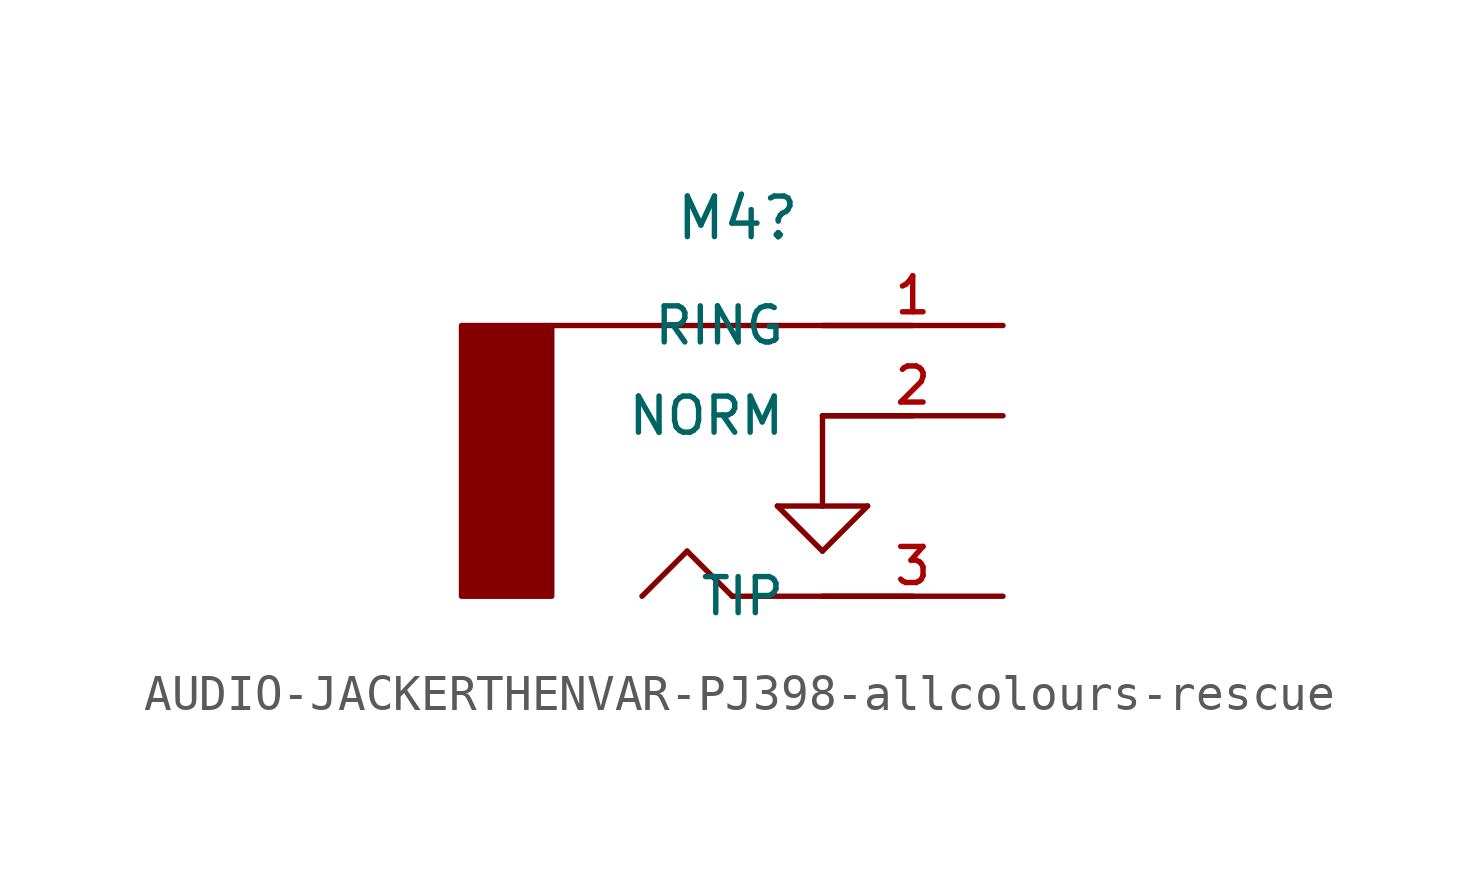
<source format=kicad_sym>
(kicad_symbol_lib
  (version 20211014)
  (generator kicad_symbol_editor)
  (symbol "AUDIO-JACKERTHENVAR-PJ398-allcolours-rescue"
    (pin_names
      (offset 1.016))
    (property "Reference" "M4"
      (at 0.152 5.563 0)
      (effects (font (size 1.143 1.143))))
    (property "ki_locked" ""
      (at 0 0 0)
      (effects (font (size 1.27 1.27))))
    (symbol "AUDIO-JACKERTHENVAR-PJ398-allcolours-rescue_1_0"
      (polyline (pts (xy -5.08 2.54) (xy 5.08 2.54)) (stroke (width 0) (type default) (color 0 0 0 0)) (fill (type none)))
      (polyline (pts (xy -2.54 -5.08) (xy -1.27 -3.81)) (stroke (width 0) (type default) (color 0 0 0 0)) (fill (type none)))
      (polyline (pts (xy -1.27 -3.81) (xy 0 -5.08)) (stroke (width 0) (type default) (color 0 0 0 0)) (fill (type none)))
      (polyline (pts (xy 0 -5.08) (xy 5.08 -5.08)) (stroke (width 0) (type default) (color 0 0 0 0)) (fill (type none)))
      (polyline (pts (xy 1.27 -2.54) (xy 2.54 -2.54)) (stroke (width 0) (type default) (color 0 0 0 0)) (fill (type none)))
      (polyline (pts (xy 2.54 -3.81) (xy 1.27 -2.54)) (stroke (width 0) (type default) (color 0 0 0 0)) (fill (type none)))
      (polyline (pts (xy 2.54 -2.54) (xy 2.54 0)) (stroke (width 0) (type default) (color 0 0 0 0)) (fill (type none)))
      (polyline (pts (xy 2.54 -2.54) (xy 3.81 -2.54)) (stroke (width 0) (type default) (color 0 0 0 0)) (fill (type none)))
      (polyline (pts (xy 3.81 -2.54) (xy 2.54 -3.81)) (stroke (width 0) (type default) (color 0 0 0 0)) (fill (type none)))
      (polyline (pts (xy 5.08 0) (xy 2.54 0)) (stroke (width 0) (type default) (color 0 0 0 0)) (fill (type none))))
    (symbol "AUDIO-JACKERTHENVAR-PJ398-allcolours-rescue_1_1"
      (rectangle (start -7.62 -5.08) (end -5.08 2.54) (stroke (width 0) (type default) (color 0 0 0 0)) (fill (type outline)))
      (pin bidirectional line (at 7.62 2.54 180) (length 5.08) (name "RING" (effects (font (size 1.016 1.016)))) (number "1" (effects (font (size 1.016 1.016)))))
      (pin bidirectional line (at 7.62 0 180) (length 5.08) (name "NORM" (effects (font (size 1.016 1.016)))) (number "2" (effects (font (size 1.016 1.016)))))
      (pin bidirectional line (at 7.62 -5.08 180) (length 5.08) (name "TIP" (effects (font (size 1.016 1.016)))) (number "3" (effects (font (size 1.016 1.016))))))))
</source>
